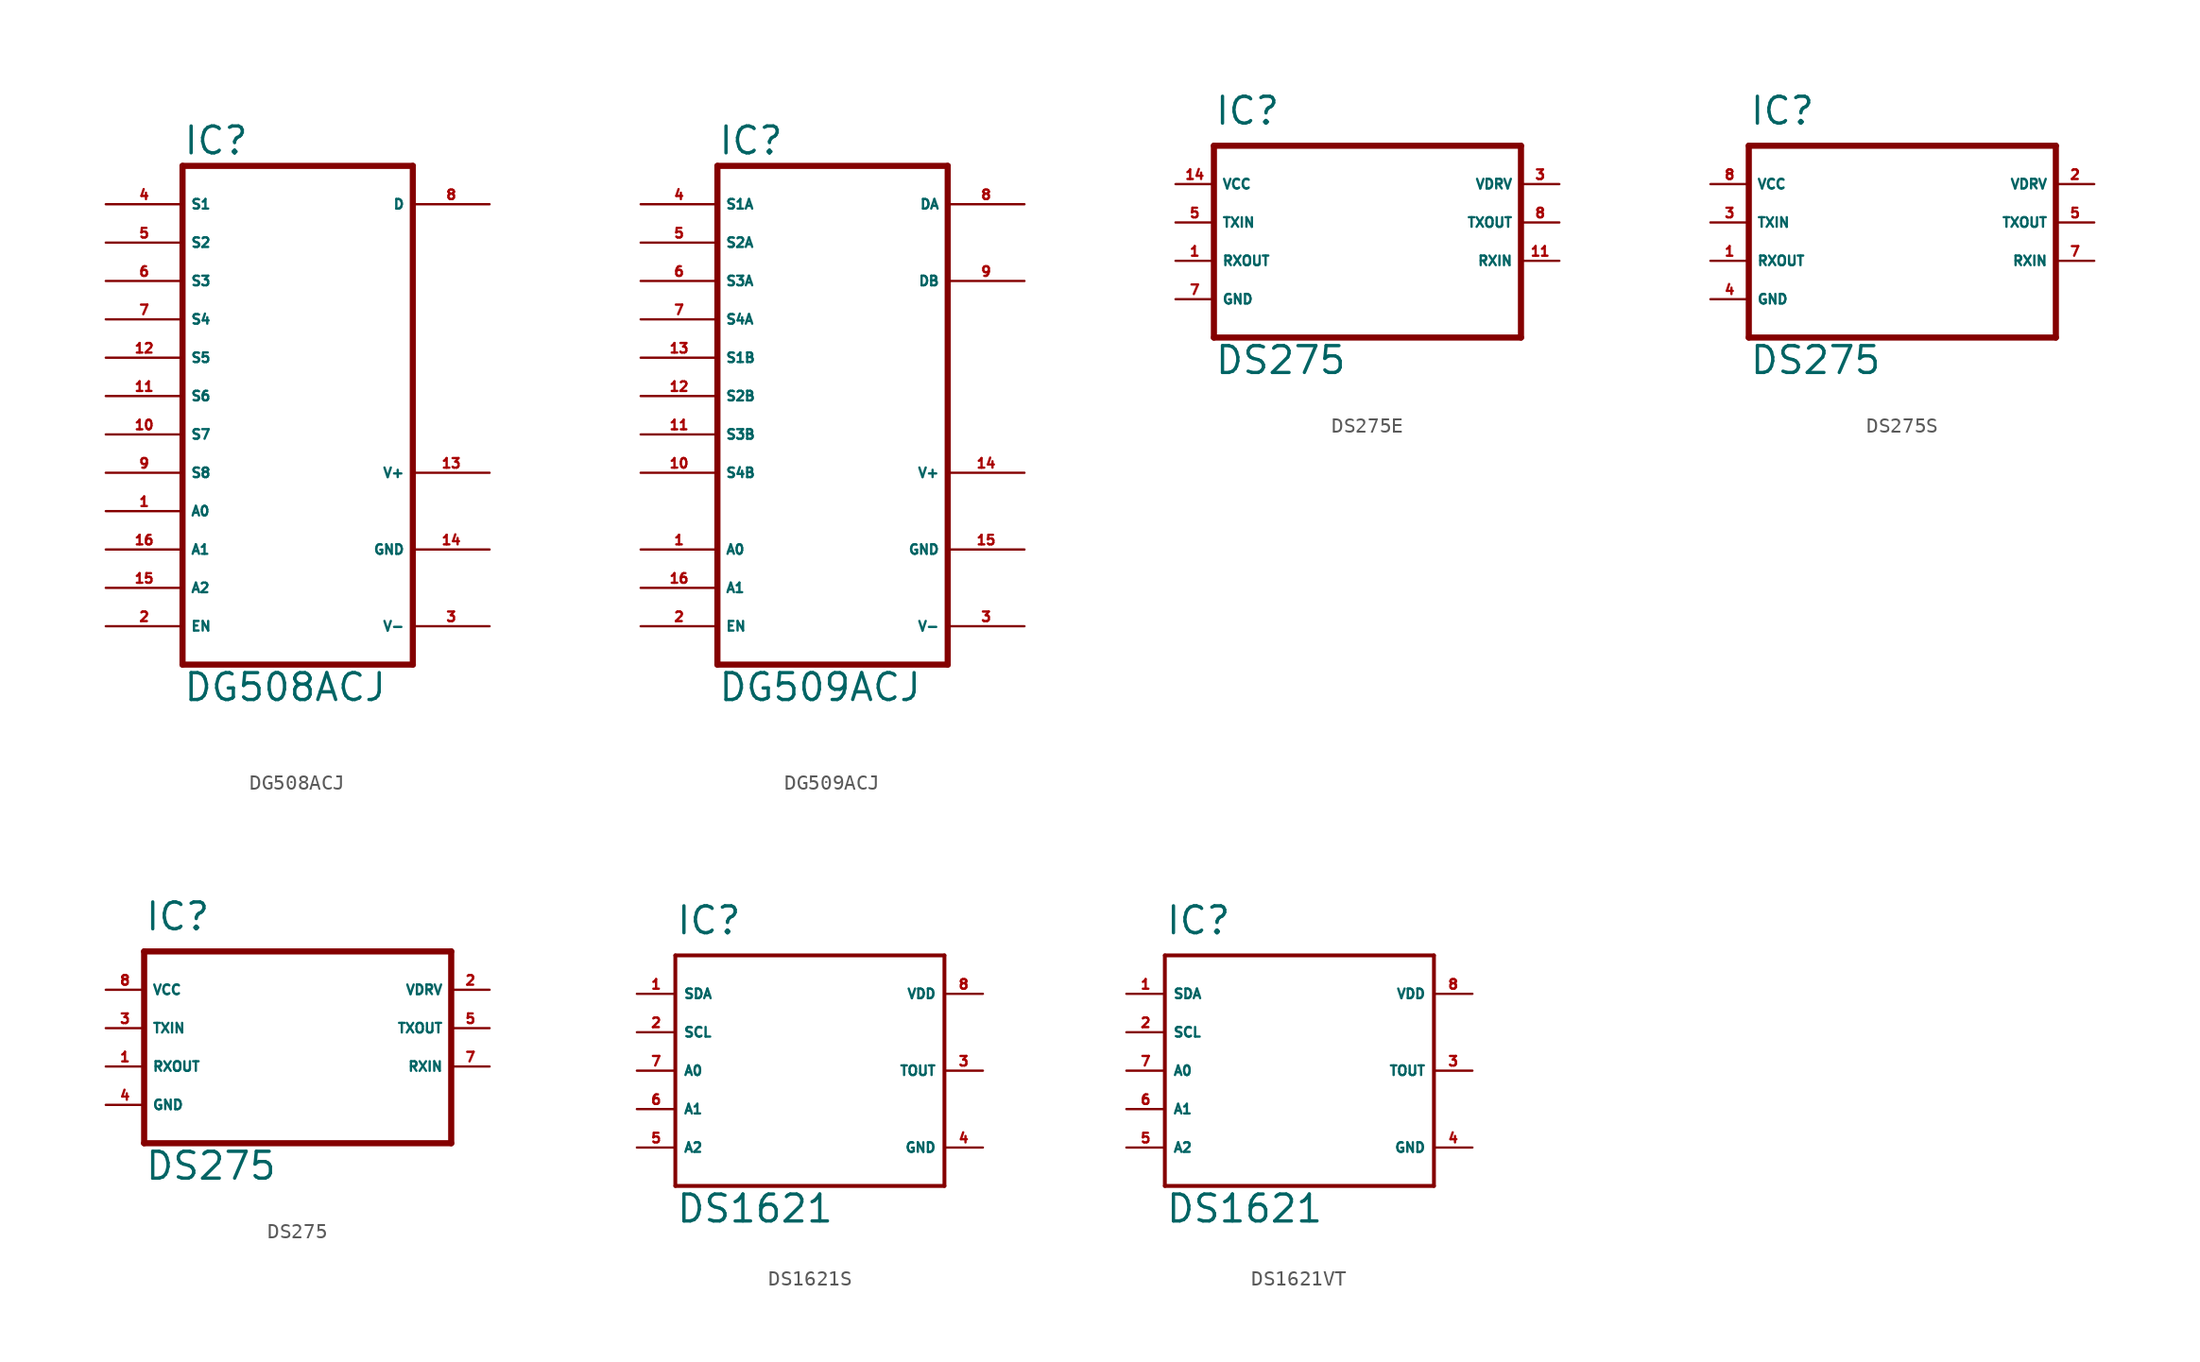
<source format=kicad_sym>
(kicad_symbol_lib
  (version 20220914)
  (generator Eagle2Kicad)
  (symbol "DG508ACJ"
    (property "Reference" "IC"
      (at -7.62 18.415 0)
      (effects (font (size 1.778 1.778) (thickness 0.22)) (justify left bottom)))
    (property "Value" "DG508ACJ"
      (at -7.62 -17.78 0)
      (effects (font (size 1.778 1.778) (thickness 0.22)) (justify left bottom)))
    (polyline
      (pts (xy -7.62 -15.24) (xy 7.62 -15.24))
      (stroke (width 0.406) (type default))
      (fill (type none)))
    (polyline
      (pts (xy 7.62 17.78) (xy 7.62 -15.24))
      (stroke (width 0.406) (type default))
      (fill (type none)))
    (polyline
      (pts (xy 7.62 17.78) (xy -7.62 17.78))
      (stroke (width 0.406) (type default))
      (fill (type none)))
    (polyline
      (pts (xy -7.62 -15.24) (xy -7.62 17.78))
      (stroke (width 0.406) (type default))
      (fill (type none)))
    (pin passive line
      (at -12.7 15.24 0)
      (length 5.08)
      (name "S1" (effects (font (size 0.635 0.635) (thickness 0.08)) (justify left bottom)))
      (number "4" (effects (font (size 0.635 0.635) (thickness 0.08)) (justify left bottom))))
    (pin passive line
      (at -12.7 12.7 0)
      (length 5.08)
      (name "S2" (effects (font (size 0.635 0.635) (thickness 0.08)) (justify left bottom)))
      (number "5" (effects (font (size 0.635 0.635) (thickness 0.08)) (justify left bottom))))
    (pin passive line
      (at -12.7 10.16 0)
      (length 5.08)
      (name "S3" (effects (font (size 0.635 0.635) (thickness 0.08)) (justify left bottom)))
      (number "6" (effects (font (size 0.635 0.635) (thickness 0.08)) (justify left bottom))))
    (pin passive line
      (at -12.7 7.62 0)
      (length 5.08)
      (name "S4" (effects (font (size 0.635 0.635) (thickness 0.08)) (justify left bottom)))
      (number "7" (effects (font (size 0.635 0.635) (thickness 0.08)) (justify left bottom))))
    (pin passive line
      (at -12.7 5.08 0)
      (length 5.08)
      (name "S5" (effects (font (size 0.635 0.635) (thickness 0.08)) (justify left bottom)))
      (number "12" (effects (font (size 0.635 0.635) (thickness 0.08)) (justify left bottom))))
    (pin passive line
      (at -12.7 2.54 0)
      (length 5.08)
      (name "S6" (effects (font (size 0.635 0.635) (thickness 0.08)) (justify left bottom)))
      (number "11" (effects (font (size 0.635 0.635) (thickness 0.08)) (justify left bottom))))
    (pin passive line
      (at -12.7 0 0)
      (length 5.08)
      (name "S7" (effects (font (size 0.635 0.635) (thickness 0.08)) (justify left bottom)))
      (number "10" (effects (font (size 0.635 0.635) (thickness 0.08)) (justify left bottom))))
    (pin passive line
      (at -12.7 -2.54 0)
      (length 5.08)
      (name "S8" (effects (font (size 0.635 0.635) (thickness 0.08)) (justify left bottom)))
      (number "9" (effects (font (size 0.635 0.635) (thickness 0.08)) (justify left bottom))))
    (pin input line
      (at -12.7 -5.08 0)
      (length 5.08)
      (name "A0" (effects (font (size 0.635 0.635) (thickness 0.08)) (justify left bottom)))
      (number "1" (effects (font (size 0.635 0.635) (thickness 0.08)) (justify left bottom))))
    (pin input line
      (at -12.7 -7.62 0)
      (length 5.08)
      (name "A1" (effects (font (size 0.635 0.635) (thickness 0.08)) (justify left bottom)))
      (number "16" (effects (font (size 0.635 0.635) (thickness 0.08)) (justify left bottom))))
    (pin input line
      (at -12.7 -10.16 0)
      (length 5.08)
      (name "A2" (effects (font (size 0.635 0.635) (thickness 0.08)) (justify left bottom)))
      (number "15" (effects (font (size 0.635 0.635) (thickness 0.08)) (justify left bottom))))
    (pin input line
      (at -12.7 -12.7 0)
      (length 5.08)
      (name "EN" (effects (font (size 0.635 0.635) (thickness 0.08)) (justify left bottom)))
      (number "2" (effects (font (size 0.635 0.635) (thickness 0.08)) (justify left bottom))))
    (pin passive line
      (at 12.7 15.24 180)
      (length 5.08)
      (name "D" (effects (font (size 0.635 0.635) (thickness 0.08)) (justify left bottom)))
      (number "8" (effects (font (size 0.635 0.635) (thickness 0.08)) (justify left bottom))))
    (pin unspecified line
      (at 12.7 -7.62 180)
      (length 5.08)
      (name "GND" (effects (font (size 0.635 0.635) (thickness 0.08)) (justify left bottom)))
      (number "14" (effects (font (size 0.635 0.635) (thickness 0.08)) (justify left bottom))))
    (pin unspecified line
      (at 12.7 -12.7 180)
      (length 5.08)
      (name "V-" (effects (font (size 0.635 0.635) (thickness 0.08)) (justify left bottom)))
      (number "3" (effects (font (size 0.635 0.635) (thickness 0.08)) (justify left bottom))))
    (pin unspecified line
      (at 12.7 -2.54 180)
      (length 5.08)
      (name "V+" (effects (font (size 0.635 0.635) (thickness 0.08)) (justify left bottom)))
      (number "13" (effects (font (size 0.635 0.635) (thickness 0.08)) (justify left bottom)))))
  (symbol "DG509ACJ"
    (property "Reference" "IC"
      (at -7.62 15.875 0)
      (effects (font (size 1.778 1.778) (thickness 0.22)) (justify left bottom)))
    (property "Value" "DG509ACJ"
      (at -7.62 -20.32 0)
      (effects (font (size 1.778 1.778) (thickness 0.22)) (justify left bottom)))
    (polyline
      (pts (xy -7.62 -17.78) (xy 7.62 -17.78))
      (stroke (width 0.406) (type default))
      (fill (type none)))
    (polyline
      (pts (xy 7.62 15.24) (xy 7.62 -17.78))
      (stroke (width 0.406) (type default))
      (fill (type none)))
    (polyline
      (pts (xy 7.62 15.24) (xy -7.62 15.24))
      (stroke (width 0.406) (type default))
      (fill (type none)))
    (polyline
      (pts (xy -7.62 -17.78) (xy -7.62 15.24))
      (stroke (width 0.406) (type default))
      (fill (type none)))
    (pin passive line
      (at -12.7 12.7 0)
      (length 5.08)
      (name "S1A" (effects (font (size 0.635 0.635) (thickness 0.08)) (justify left bottom)))
      (number "4" (effects (font (size 0.635 0.635) (thickness 0.08)) (justify left bottom))))
    (pin passive line
      (at -12.7 10.16 0)
      (length 5.08)
      (name "S2A" (effects (font (size 0.635 0.635) (thickness 0.08)) (justify left bottom)))
      (number "5" (effects (font (size 0.635 0.635) (thickness 0.08)) (justify left bottom))))
    (pin passive line
      (at -12.7 7.62 0)
      (length 5.08)
      (name "S3A" (effects (font (size 0.635 0.635) (thickness 0.08)) (justify left bottom)))
      (number "6" (effects (font (size 0.635 0.635) (thickness 0.08)) (justify left bottom))))
    (pin passive line
      (at -12.7 5.08 0)
      (length 5.08)
      (name "S4A" (effects (font (size 0.635 0.635) (thickness 0.08)) (justify left bottom)))
      (number "7" (effects (font (size 0.635 0.635) (thickness 0.08)) (justify left bottom))))
    (pin passive line
      (at -12.7 2.54 0)
      (length 5.08)
      (name "S1B" (effects (font (size 0.635 0.635) (thickness 0.08)) (justify left bottom)))
      (number "13" (effects (font (size 0.635 0.635) (thickness 0.08)) (justify left bottom))))
    (pin passive line
      (at -12.7 0 0)
      (length 5.08)
      (name "S2B" (effects (font (size 0.635 0.635) (thickness 0.08)) (justify left bottom)))
      (number "12" (effects (font (size 0.635 0.635) (thickness 0.08)) (justify left bottom))))
    (pin passive line
      (at -12.7 -2.54 0)
      (length 5.08)
      (name "S3B" (effects (font (size 0.635 0.635) (thickness 0.08)) (justify left bottom)))
      (number "11" (effects (font (size 0.635 0.635) (thickness 0.08)) (justify left bottom))))
    (pin passive line
      (at -12.7 -5.08 0)
      (length 5.08)
      (name "S4B" (effects (font (size 0.635 0.635) (thickness 0.08)) (justify left bottom)))
      (number "10" (effects (font (size 0.635 0.635) (thickness 0.08)) (justify left bottom))))
    (pin input line
      (at -12.7 -10.16 0)
      (length 5.08)
      (name "A0" (effects (font (size 0.635 0.635) (thickness 0.08)) (justify left bottom)))
      (number "1" (effects (font (size 0.635 0.635) (thickness 0.08)) (justify left bottom))))
    (pin input line
      (at -12.7 -12.7 0)
      (length 5.08)
      (name "A1" (effects (font (size 0.635 0.635) (thickness 0.08)) (justify left bottom)))
      (number "16" (effects (font (size 0.635 0.635) (thickness 0.08)) (justify left bottom))))
    (pin passive line
      (at 12.7 7.62 180)
      (length 5.08)
      (name "DB" (effects (font (size 0.635 0.635) (thickness 0.08)) (justify left bottom)))
      (number "9" (effects (font (size 0.635 0.635) (thickness 0.08)) (justify left bottom))))
    (pin input line
      (at -12.7 -15.24 0)
      (length 5.08)
      (name "EN" (effects (font (size 0.635 0.635) (thickness 0.08)) (justify left bottom)))
      (number "2" (effects (font (size 0.635 0.635) (thickness 0.08)) (justify left bottom))))
    (pin passive line
      (at 12.7 12.7 180)
      (length 5.08)
      (name "DA" (effects (font (size 0.635 0.635) (thickness 0.08)) (justify left bottom)))
      (number "8" (effects (font (size 0.635 0.635) (thickness 0.08)) (justify left bottom))))
    (pin unspecified line
      (at 12.7 -10.16 180)
      (length 5.08)
      (name "GND" (effects (font (size 0.635 0.635) (thickness 0.08)) (justify left bottom)))
      (number "15" (effects (font (size 0.635 0.635) (thickness 0.08)) (justify left bottom))))
    (pin unspecified line
      (at 12.7 -15.24 180)
      (length 5.08)
      (name "V-" (effects (font (size 0.635 0.635) (thickness 0.08)) (justify left bottom)))
      (number "3" (effects (font (size 0.635 0.635) (thickness 0.08)) (justify left bottom))))
    (pin unspecified line
      (at 12.7 -5.08 180)
      (length 5.08)
      (name "V+" (effects (font (size 0.635 0.635) (thickness 0.08)) (justify left bottom)))
      (number "14" (effects (font (size 0.635 0.635) (thickness 0.08)) (justify left bottom)))))
  (symbol "DS275E"
    (property "Reference" "IC"
      (at -10.16 6.35 0)
      (effects (font (size 1.778 1.778) (thickness 0.22)) (justify left bottom)))
    (property "Value" "DS275"
      (at -10.16 -10.16 0)
      (effects (font (size 1.778 1.778) (thickness 0.22)) (justify left bottom)))
    (polyline
      (pts (xy -10.16 5.08) (xy 10.16 5.08))
      (stroke (width 0.406) (type default))
      (fill (type none)))
    (polyline
      (pts (xy 10.16 -7.62) (xy 10.16 5.08))
      (stroke (width 0.406) (type default))
      (fill (type none)))
    (polyline
      (pts (xy 10.16 -7.62) (xy -10.16 -7.62))
      (stroke (width 0.406) (type default))
      (fill (type none)))
    (polyline
      (pts (xy -10.16 5.08) (xy -10.16 -7.62))
      (stroke (width 0.406) (type default))
      (fill (type none)))
    (pin input line
      (at -12.7 0 0)
      (length 2.54)
      (name "TXIN" (effects (font (size 0.635 0.635) (thickness 0.08)) (justify left bottom)))
      (number "5" (effects (font (size 0.635 0.635) (thickness 0.08)) (justify left bottom))))
    (pin input line
      (at 12.7 2.54 180)
      (length 2.54)
      (name "VDRV" (effects (font (size 0.635 0.635) (thickness 0.08)) (justify left bottom)))
      (number "3" (effects (font (size 0.635 0.635) (thickness 0.08)) (justify left bottom))))
    (pin output line
      (at 12.7 0 180)
      (length 2.54)
      (name "TXOUT" (effects (font (size 0.635 0.635) (thickness 0.08)) (justify left bottom)))
      (number "8" (effects (font (size 0.635 0.635) (thickness 0.08)) (justify left bottom))))
    (pin unspecified line
      (at -12.7 -5.08 0)
      (length 2.54)
      (name "GND" (effects (font (size 0.635 0.635) (thickness 0.08)) (justify left bottom)))
      (number "7" (effects (font (size 0.635 0.635) (thickness 0.08)) (justify left bottom))))
    (pin unspecified line
      (at -12.7 2.54 0)
      (length 2.54)
      (name "VCC" (effects (font (size 0.635 0.635) (thickness 0.08)) (justify left bottom)))
      (number "14" (effects (font (size 0.635 0.635) (thickness 0.08)) (justify left bottom))))
    (pin output line
      (at -12.7 -2.54 0)
      (length 2.54)
      (name "RXOUT" (effects (font (size 0.635 0.635) (thickness 0.08)) (justify left bottom)))
      (number "1" (effects (font (size 0.635 0.635) (thickness 0.08)) (justify left bottom))))
    (pin input line
      (at 12.7 -2.54 180)
      (length 2.54)
      (name "RXIN" (effects (font (size 0.635 0.635) (thickness 0.08)) (justify left bottom)))
      (number "11" (effects (font (size 0.635 0.635) (thickness 0.08)) (justify left bottom)))))
  (symbol "DS275S"
    (property "Reference" "IC"
      (at -10.16 6.35 0)
      (effects (font (size 1.778 1.778) (thickness 0.22)) (justify left bottom)))
    (property "Value" "DS275"
      (at -10.16 -10.16 0)
      (effects (font (size 1.778 1.778) (thickness 0.22)) (justify left bottom)))
    (polyline
      (pts (xy -10.16 5.08) (xy 10.16 5.08))
      (stroke (width 0.406) (type default))
      (fill (type none)))
    (polyline
      (pts (xy 10.16 -7.62) (xy 10.16 5.08))
      (stroke (width 0.406) (type default))
      (fill (type none)))
    (polyline
      (pts (xy 10.16 -7.62) (xy -10.16 -7.62))
      (stroke (width 0.406) (type default))
      (fill (type none)))
    (polyline
      (pts (xy -10.16 5.08) (xy -10.16 -7.62))
      (stroke (width 0.406) (type default))
      (fill (type none)))
    (pin input line
      (at -12.7 0 0)
      (length 2.54)
      (name "TXIN" (effects (font (size 0.635 0.635) (thickness 0.08)) (justify left bottom)))
      (number "3" (effects (font (size 0.635 0.635) (thickness 0.08)) (justify left bottom))))
    (pin input line
      (at 12.7 2.54 180)
      (length 2.54)
      (name "VDRV" (effects (font (size 0.635 0.635) (thickness 0.08)) (justify left bottom)))
      (number "2" (effects (font (size 0.635 0.635) (thickness 0.08)) (justify left bottom))))
    (pin output line
      (at 12.7 0 180)
      (length 2.54)
      (name "TXOUT" (effects (font (size 0.635 0.635) (thickness 0.08)) (justify left bottom)))
      (number "5" (effects (font (size 0.635 0.635) (thickness 0.08)) (justify left bottom))))
    (pin unspecified line
      (at -12.7 -5.08 0)
      (length 2.54)
      (name "GND" (effects (font (size 0.635 0.635) (thickness 0.08)) (justify left bottom)))
      (number "4" (effects (font (size 0.635 0.635) (thickness 0.08)) (justify left bottom))))
    (pin unspecified line
      (at -12.7 2.54 0)
      (length 2.54)
      (name "VCC" (effects (font (size 0.635 0.635) (thickness 0.08)) (justify left bottom)))
      (number "8" (effects (font (size 0.635 0.635) (thickness 0.08)) (justify left bottom))))
    (pin output line
      (at -12.7 -2.54 0)
      (length 2.54)
      (name "RXOUT" (effects (font (size 0.635 0.635) (thickness 0.08)) (justify left bottom)))
      (number "1" (effects (font (size 0.635 0.635) (thickness 0.08)) (justify left bottom))))
    (pin input line
      (at 12.7 -2.54 180)
      (length 2.54)
      (name "RXIN" (effects (font (size 0.635 0.635) (thickness 0.08)) (justify left bottom)))
      (number "7" (effects (font (size 0.635 0.635) (thickness 0.08)) (justify left bottom)))))
  (symbol "DS275"
    (property "Reference" "IC"
      (at -10.16 6.35 0)
      (effects (font (size 1.778 1.778) (thickness 0.22)) (justify left bottom)))
    (property "Value" "DS275"
      (at -10.16 -10.16 0)
      (effects (font (size 1.778 1.778) (thickness 0.22)) (justify left bottom)))
    (polyline
      (pts (xy -10.16 5.08) (xy 10.16 5.08))
      (stroke (width 0.406) (type default))
      (fill (type none)))
    (polyline
      (pts (xy 10.16 -7.62) (xy 10.16 5.08))
      (stroke (width 0.406) (type default))
      (fill (type none)))
    (polyline
      (pts (xy 10.16 -7.62) (xy -10.16 -7.62))
      (stroke (width 0.406) (type default))
      (fill (type none)))
    (polyline
      (pts (xy -10.16 5.08) (xy -10.16 -7.62))
      (stroke (width 0.406) (type default))
      (fill (type none)))
    (pin input line
      (at -12.7 0 0)
      (length 2.54)
      (name "TXIN" (effects (font (size 0.635 0.635) (thickness 0.08)) (justify left bottom)))
      (number "3" (effects (font (size 0.635 0.635) (thickness 0.08)) (justify left bottom))))
    (pin input line
      (at 12.7 2.54 180)
      (length 2.54)
      (name "VDRV" (effects (font (size 0.635 0.635) (thickness 0.08)) (justify left bottom)))
      (number "2" (effects (font (size 0.635 0.635) (thickness 0.08)) (justify left bottom))))
    (pin output line
      (at 12.7 0 180)
      (length 2.54)
      (name "TXOUT" (effects (font (size 0.635 0.635) (thickness 0.08)) (justify left bottom)))
      (number "5" (effects (font (size 0.635 0.635) (thickness 0.08)) (justify left bottom))))
    (pin unspecified line
      (at -12.7 -5.08 0)
      (length 2.54)
      (name "GND" (effects (font (size 0.635 0.635) (thickness 0.08)) (justify left bottom)))
      (number "4" (effects (font (size 0.635 0.635) (thickness 0.08)) (justify left bottom))))
    (pin unspecified line
      (at -12.7 2.54 0)
      (length 2.54)
      (name "VCC" (effects (font (size 0.635 0.635) (thickness 0.08)) (justify left bottom)))
      (number "8" (effects (font (size 0.635 0.635) (thickness 0.08)) (justify left bottom))))
    (pin output line
      (at -12.7 -2.54 0)
      (length 2.54)
      (name "RXOUT" (effects (font (size 0.635 0.635) (thickness 0.08)) (justify left bottom)))
      (number "1" (effects (font (size 0.635 0.635) (thickness 0.08)) (justify left bottom))))
    (pin input line
      (at 12.7 -2.54 180)
      (length 2.54)
      (name "RXIN" (effects (font (size 0.635 0.635) (thickness 0.08)) (justify left bottom)))
      (number "7" (effects (font (size 0.635 0.635) (thickness 0.08)) (justify left bottom)))))
  (symbol "DS1621S"
    (property "Reference" "IC"
      (at -7.62 8.89 0)
      (effects (font (size 1.778 1.778) (thickness 0.22)) (justify left bottom)))
    (property "Value" "DS1621"
      (at -7.62 -10.16 0)
      (effects (font (size 1.778 1.778) (thickness 0.22)) (justify left bottom)))
    (polyline
      (pts (xy -7.62 7.62) (xy 10.16 7.62))
      (stroke (width 0.254) (type default))
      (fill (type none)))
    (polyline
      (pts (xy 10.16 7.62) (xy 10.16 -7.62))
      (stroke (width 0.254) (type default))
      (fill (type none)))
    (polyline
      (pts (xy 10.16 -7.62) (xy -7.62 -7.62))
      (stroke (width 0.254) (type default))
      (fill (type none)))
    (polyline
      (pts (xy -7.62 -7.62) (xy -7.62 7.62))
      (stroke (width 0.254) (type default))
      (fill (type none)))
    (pin bidirectional line
      (at -10.16 5.08 0)
      (length 2.54)
      (name "SDA" (effects (font (size 0.635 0.635) (thickness 0.08)) (justify left bottom)))
      (number "1" (effects (font (size 0.635 0.635) (thickness 0.08)) (justify left bottom))))
    (pin input line
      (at -10.16 2.54 0)
      (length 2.54)
      (name "SCL" (effects (font (size 0.635 0.635) (thickness 0.08)) (justify left bottom)))
      (number "2" (effects (font (size 0.635 0.635) (thickness 0.08)) (justify left bottom))))
    (pin output line
      (at 12.7 0 180)
      (length 2.54)
      (name "TOUT" (effects (font (size 0.635 0.635) (thickness 0.08)) (justify left bottom)))
      (number "3" (effects (font (size 0.635 0.635) (thickness 0.08)) (justify left bottom))))
    (pin unspecified line
      (at 12.7 -5.08 180)
      (length 2.54)
      (name "GND" (effects (font (size 0.635 0.635) (thickness 0.08)) (justify left bottom)))
      (number "4" (effects (font (size 0.635 0.635) (thickness 0.08)) (justify left bottom))))
    (pin input line
      (at -10.16 0 0)
      (length 2.54)
      (name "A0" (effects (font (size 0.635 0.635) (thickness 0.08)) (justify left bottom)))
      (number "7" (effects (font (size 0.635 0.635) (thickness 0.08)) (justify left bottom))))
    (pin input line
      (at -10.16 -2.54 0)
      (length 2.54)
      (name "A1" (effects (font (size 0.635 0.635) (thickness 0.08)) (justify left bottom)))
      (number "6" (effects (font (size 0.635 0.635) (thickness 0.08)) (justify left bottom))))
    (pin input line
      (at -10.16 -5.08 0)
      (length 2.54)
      (name "A2" (effects (font (size 0.635 0.635) (thickness 0.08)) (justify left bottom)))
      (number "5" (effects (font (size 0.635 0.635) (thickness 0.08)) (justify left bottom))))
    (pin unspecified line
      (at 12.7 5.08 180)
      (length 2.54)
      (name "VDD" (effects (font (size 0.635 0.635) (thickness 0.08)) (justify left bottom)))
      (number "8" (effects (font (size 0.635 0.635) (thickness 0.08)) (justify left bottom)))))
  (symbol "DS1621VT"
    (property "Reference" "IC"
      (at -7.62 8.89 0)
      (effects (font (size 1.778 1.778) (thickness 0.22)) (justify left bottom)))
    (property "Value" "DS1621"
      (at -7.62 -10.16 0)
      (effects (font (size 1.778 1.778) (thickness 0.22)) (justify left bottom)))
    (polyline
      (pts (xy -7.62 7.62) (xy 10.16 7.62))
      (stroke (width 0.254) (type default))
      (fill (type none)))
    (polyline
      (pts (xy 10.16 7.62) (xy 10.16 -7.62))
      (stroke (width 0.254) (type default))
      (fill (type none)))
    (polyline
      (pts (xy 10.16 -7.62) (xy -7.62 -7.62))
      (stroke (width 0.254) (type default))
      (fill (type none)))
    (polyline
      (pts (xy -7.62 -7.62) (xy -7.62 7.62))
      (stroke (width 0.254) (type default))
      (fill (type none)))
    (pin bidirectional line
      (at -10.16 5.08 0)
      (length 2.54)
      (name "SDA" (effects (font (size 0.635 0.635) (thickness 0.08)) (justify left bottom)))
      (number "1" (effects (font (size 0.635 0.635) (thickness 0.08)) (justify left bottom))))
    (pin input line
      (at -10.16 2.54 0)
      (length 2.54)
      (name "SCL" (effects (font (size 0.635 0.635) (thickness 0.08)) (justify left bottom)))
      (number "2" (effects (font (size 0.635 0.635) (thickness 0.08)) (justify left bottom))))
    (pin output line
      (at 12.7 0 180)
      (length 2.54)
      (name "TOUT" (effects (font (size 0.635 0.635) (thickness 0.08)) (justify left bottom)))
      (number "3" (effects (font (size 0.635 0.635) (thickness 0.08)) (justify left bottom))))
    (pin unspecified line
      (at 12.7 -5.08 180)
      (length 2.54)
      (name "GND" (effects (font (size 0.635 0.635) (thickness 0.08)) (justify left bottom)))
      (number "4" (effects (font (size 0.635 0.635) (thickness 0.08)) (justify left bottom))))
    (pin input line
      (at -10.16 0 0)
      (length 2.54)
      (name "A0" (effects (font (size 0.635 0.635) (thickness 0.08)) (justify left bottom)))
      (number "7" (effects (font (size 0.635 0.635) (thickness 0.08)) (justify left bottom))))
    (pin input line
      (at -10.16 -2.54 0)
      (length 2.54)
      (name "A1" (effects (font (size 0.635 0.635) (thickness 0.08)) (justify left bottom)))
      (number "6" (effects (font (size 0.635 0.635) (thickness 0.08)) (justify left bottom))))
    (pin input line
      (at -10.16 -5.08 0)
      (length 2.54)
      (name "A2" (effects (font (size 0.635 0.635) (thickness 0.08)) (justify left bottom)))
      (number "5" (effects (font (size 0.635 0.635) (thickness 0.08)) (justify left bottom))))
    (pin unspecified line
      (at 12.7 5.08 180)
      (length 2.54)
      (name "VDD" (effects (font (size 0.635 0.635) (thickness 0.08)) (justify left bottom)))
      (number "8" (effects (font (size 0.635 0.635) (thickness 0.08)) (justify left bottom))))))
</source>
